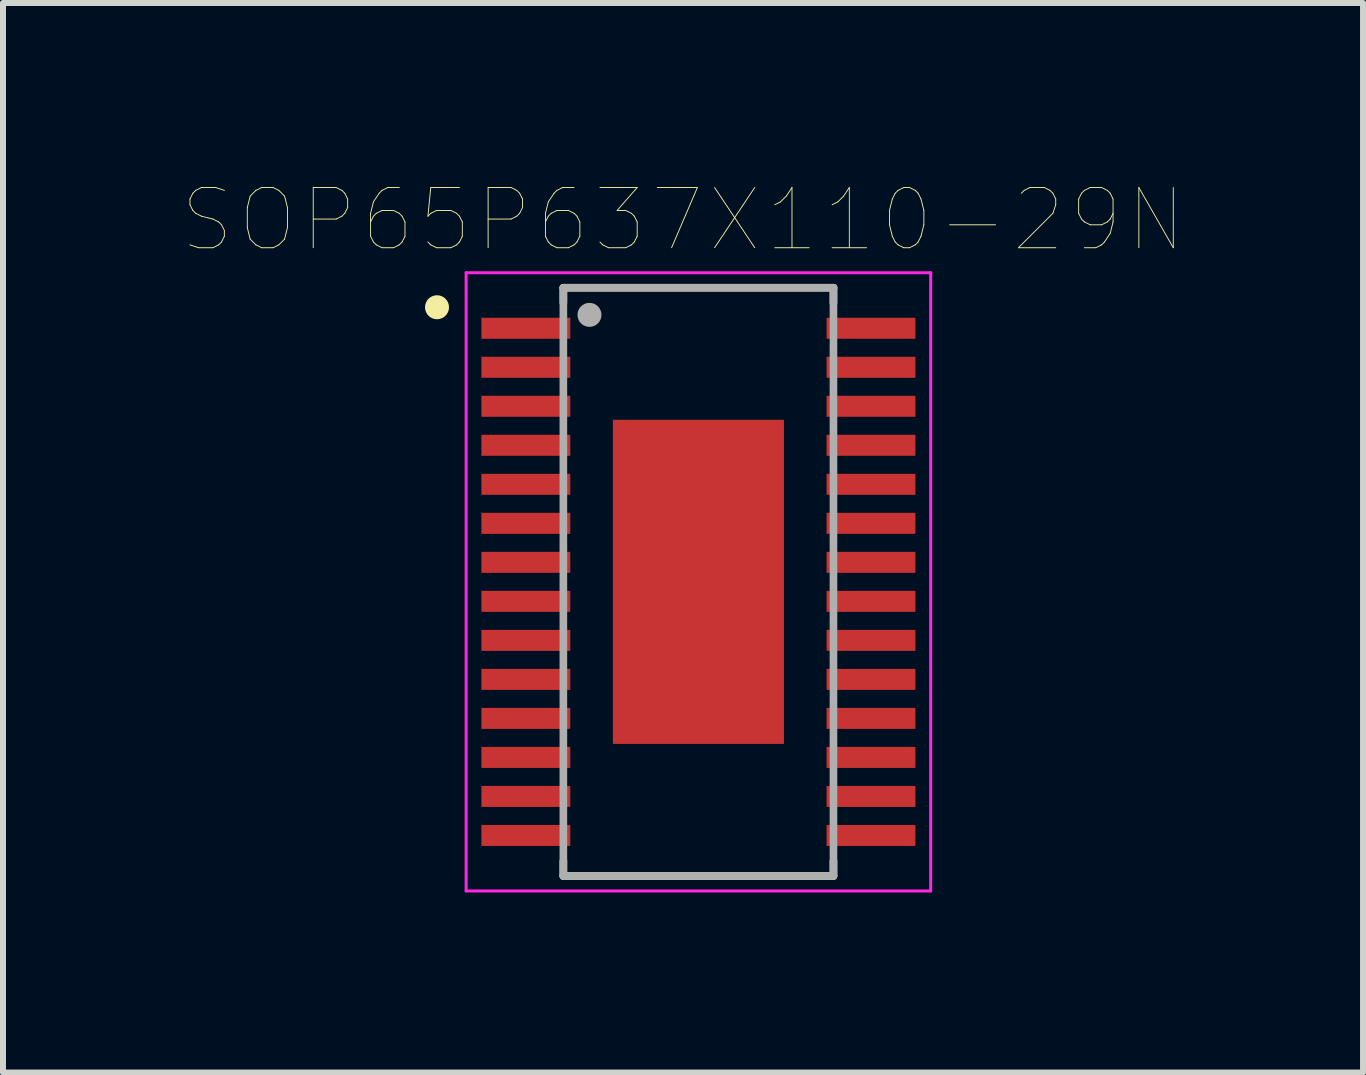
<source format=kicad_pcb>
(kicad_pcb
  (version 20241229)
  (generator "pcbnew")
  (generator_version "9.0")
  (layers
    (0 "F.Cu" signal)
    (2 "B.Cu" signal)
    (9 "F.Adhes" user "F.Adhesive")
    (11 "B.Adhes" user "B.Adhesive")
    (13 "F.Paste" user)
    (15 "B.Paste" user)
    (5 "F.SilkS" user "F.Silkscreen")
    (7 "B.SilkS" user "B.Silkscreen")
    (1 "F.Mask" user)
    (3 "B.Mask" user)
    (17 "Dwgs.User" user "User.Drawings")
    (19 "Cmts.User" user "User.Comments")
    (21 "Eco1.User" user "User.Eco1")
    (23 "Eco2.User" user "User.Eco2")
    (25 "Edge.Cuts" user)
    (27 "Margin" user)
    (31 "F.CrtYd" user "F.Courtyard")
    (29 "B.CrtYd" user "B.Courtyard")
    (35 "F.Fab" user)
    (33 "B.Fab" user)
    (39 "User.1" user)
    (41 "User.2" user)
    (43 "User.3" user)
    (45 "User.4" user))
  (footprint "SOP65P637X110-29N"
    (layer "F.Cu")
    (at 8.586 6.644)
    (property "Reference" "SOP65P637X110-29N" (at -0.256 -6.03 0) (layer "F.SilkS") (effects (font (size 1.003 1.003) (thickness 0.015))))
    (attr through_hole)
    (fp_line (start -2.25 -4.9) (end -2.25 -4.65) (stroke (width 0.127) (type solid)) (layer "F.SilkS"))
    (fp_line (start -2.25 -4.9) (end 2.25 -4.9) (stroke (width 0.127) (type solid)) (layer "F.SilkS"))
    (fp_line (start -2.25 4.65) (end -2.25 4.9) (stroke (width 0.127) (type solid)) (layer "F.SilkS"))
    (fp_line (start -2.25 4.9) (end 2.25 4.9) (stroke (width 0.127) (type solid)) (layer "F.SilkS"))
    (fp_line (start 2.25 -4.9) (end 2.25 -4.65) (stroke (width 0.127) (type solid)) (layer "F.SilkS"))
    (fp_line (start 2.25 4.65) (end 2.25 4.9) (stroke (width 0.127) (type solid)) (layer "F.SilkS"))
    (fp_circle (center -4.355 -4.575) (end -4.255 -4.575) (stroke (width 0.2) (type solid)) (fill no) (layer "F.SilkS"))
    (fp_poly (pts (xy -1.07 -2.34) (xy -0.18 -2.34) (xy -0.18 -0.18) (xy -1.07 -0.18)) (stroke (width 0.01) (type solid)) (fill yes) (layer "F.Paste"))
    (fp_poly (pts (xy -1.07 0.18) (xy -0.18 0.18) (xy -0.18 2.34) (xy -1.07 2.34)) (stroke (width 0.01) (type solid)) (fill yes) (layer "F.Paste"))
    (fp_poly (pts (xy 0.18 0.18) (xy 1.07 0.18) (xy 1.07 2.342) (xy 0.18 2.342)) (stroke (width 0.01) (type solid)) (fill yes) (layer "F.Paste"))
    (fp_poly (pts (xy 0.18 -2.34) (xy 1.07 -2.34) (xy 1.07 -0.18) (xy 0.18 -0.18)) (stroke (width 0.01) (type solid)) (fill yes) (layer "F.Paste"))
    (fp_line (start -3.87 -5.15) (end -3.87 5.15) (stroke (width 0.05) (type solid)) (layer "F.CrtYd"))
    (fp_line (start -3.87 -5.15) (end 3.87 -5.15) (stroke (width 0.05) (type solid)) (layer "F.CrtYd"))
    (fp_line (start -3.87 5.15) (end 3.87 5.15) (stroke (width 0.05) (type solid)) (layer "F.CrtYd"))
    (fp_line (start 3.87 -5.15) (end 3.87 5.15) (stroke (width 0.05) (type solid)) (layer "F.CrtYd"))
    (fp_line (start -2.25 -4.9) (end -2.25 4.9) (stroke (width 0.127) (type solid)) (layer "F.Fab"))
    (fp_line (start -2.25 -4.9) (end 2.25 -4.9) (stroke (width 0.127) (type solid)) (layer "F.Fab"))
    (fp_line (start -2.25 4.9) (end 2.25 4.9) (stroke (width 0.127) (type solid)) (layer "F.Fab"))
    (fp_line (start 2.25 -4.9) (end 2.25 4.9) (stroke (width 0.127) (type solid)) (layer "F.Fab"))
    (fp_circle (center -1.815 -4.448) (end -1.715 -4.448) (stroke (width 0.2) (type solid)) (fill no) (layer "F.Fab"))
    (pad "1" smd rect (at -2.875 -4.225) (size 1.48 0.35) (layers "F.Cu" "F.Mask" "F.Paste"))
    (pad "2" smd rect (at -2.875 -3.575) (size 1.48 0.35) (layers "F.Cu" "F.Mask" "F.Paste"))
    (pad "3" smd rect (at -2.875 -2.925) (size 1.48 0.35) (layers "F.Cu" "F.Mask" "F.Paste"))
    (pad "4" smd rect (at -2.875 -2.275) (size 1.48 0.35) (layers "F.Cu" "F.Mask" "F.Paste"))
    (pad "5" smd rect (at -2.875 -1.625) (size 1.48 0.35) (layers "F.Cu" "F.Mask" "F.Paste"))
    (pad "6" smd rect (at -2.875 -0.975) (size 1.48 0.35) (layers "F.Cu" "F.Mask" "F.Paste"))
    (pad "7" smd rect (at -2.875 -0.325) (size 1.48 0.35) (layers "F.Cu" "F.Mask" "F.Paste"))
    (pad "8" smd rect (at -2.875 0.325) (size 1.48 0.35) (layers "F.Cu" "F.Mask" "F.Paste"))
    (pad "9" smd rect (at -2.875 0.975) (size 1.48 0.35) (layers "F.Cu" "F.Mask" "F.Paste"))
    (pad "10" smd rect (at -2.875 1.625) (size 1.48 0.35) (layers "F.Cu" "F.Mask" "F.Paste"))
    (pad "11" smd rect (at -2.875 2.275) (size 1.48 0.35) (layers "F.Cu" "F.Mask" "F.Paste"))
    (pad "12" smd rect (at -2.875 2.925) (size 1.48 0.35) (layers "F.Cu" "F.Mask" "F.Paste"))
    (pad "13" smd rect (at -2.875 3.575) (size 1.48 0.35) (layers "F.Cu" "F.Mask" "F.Paste"))
    (pad "14" smd rect (at -2.875 4.225) (size 1.48 0.35) (layers "F.Cu" "F.Mask" "F.Paste"))
    (pad "15" smd rect (at 2.875 4.225) (size 1.48 0.35) (layers "F.Cu" "F.Mask" "F.Paste"))
    (pad "16" smd rect (at 2.875 3.575) (size 1.48 0.35) (layers "F.Cu" "F.Mask" "F.Paste"))
    (pad "17" smd rect (at 2.875 2.925) (size 1.48 0.35) (layers "F.Cu" "F.Mask" "F.Paste"))
    (pad "18" smd rect (at 2.875 2.275) (size 1.48 0.35) (layers "F.Cu" "F.Mask" "F.Paste"))
    (pad "19" smd rect (at 2.875 1.625) (size 1.48 0.35) (layers "F.Cu" "F.Mask" "F.Paste"))
    (pad "20" smd rect (at 2.875 0.975) (size 1.48 0.35) (layers "F.Cu" "F.Mask" "F.Paste"))
    (pad "21" smd rect (at 2.875 0.325) (size 1.48 0.35) (layers "F.Cu" "F.Mask" "F.Paste"))
    (pad "22" smd rect (at 2.875 -0.325) (size 1.48 0.35) (layers "F.Cu" "F.Mask" "F.Paste"))
    (pad "23" smd rect (at 2.875 -0.975) (size 1.48 0.35) (layers "F.Cu" "F.Mask" "F.Paste"))
    (pad "24" smd rect (at 2.875 -1.625) (size 1.48 0.35) (layers "F.Cu" "F.Mask" "F.Paste"))
    (pad "25" smd rect (at 2.875 -2.275) (size 1.48 0.35) (layers "F.Cu" "F.Mask" "F.Paste"))
    (pad "26" smd rect (at 2.875 -2.925) (size 1.48 0.35) (layers "F.Cu" "F.Mask" "F.Paste"))
    (pad "27" smd rect (at 2.875 -3.575) (size 1.48 0.35) (layers "F.Cu" "F.Mask" "F.Paste"))
    (pad "28" smd rect (at 2.875 -4.225) (size 1.48 0.35) (layers "F.Cu" "F.Mask" "F.Paste"))
    (pad "29" smd rect (at 0 0) (size 2.85 5.4) (layers "F.Cu" "F.Mask")))
  (gr_rect
    (start -3 -3)
    (end 19.659 14.819)
    (stroke (width 0.1) (type default))
    (fill no)
    (layer "Edge.Cuts")))
</source>
